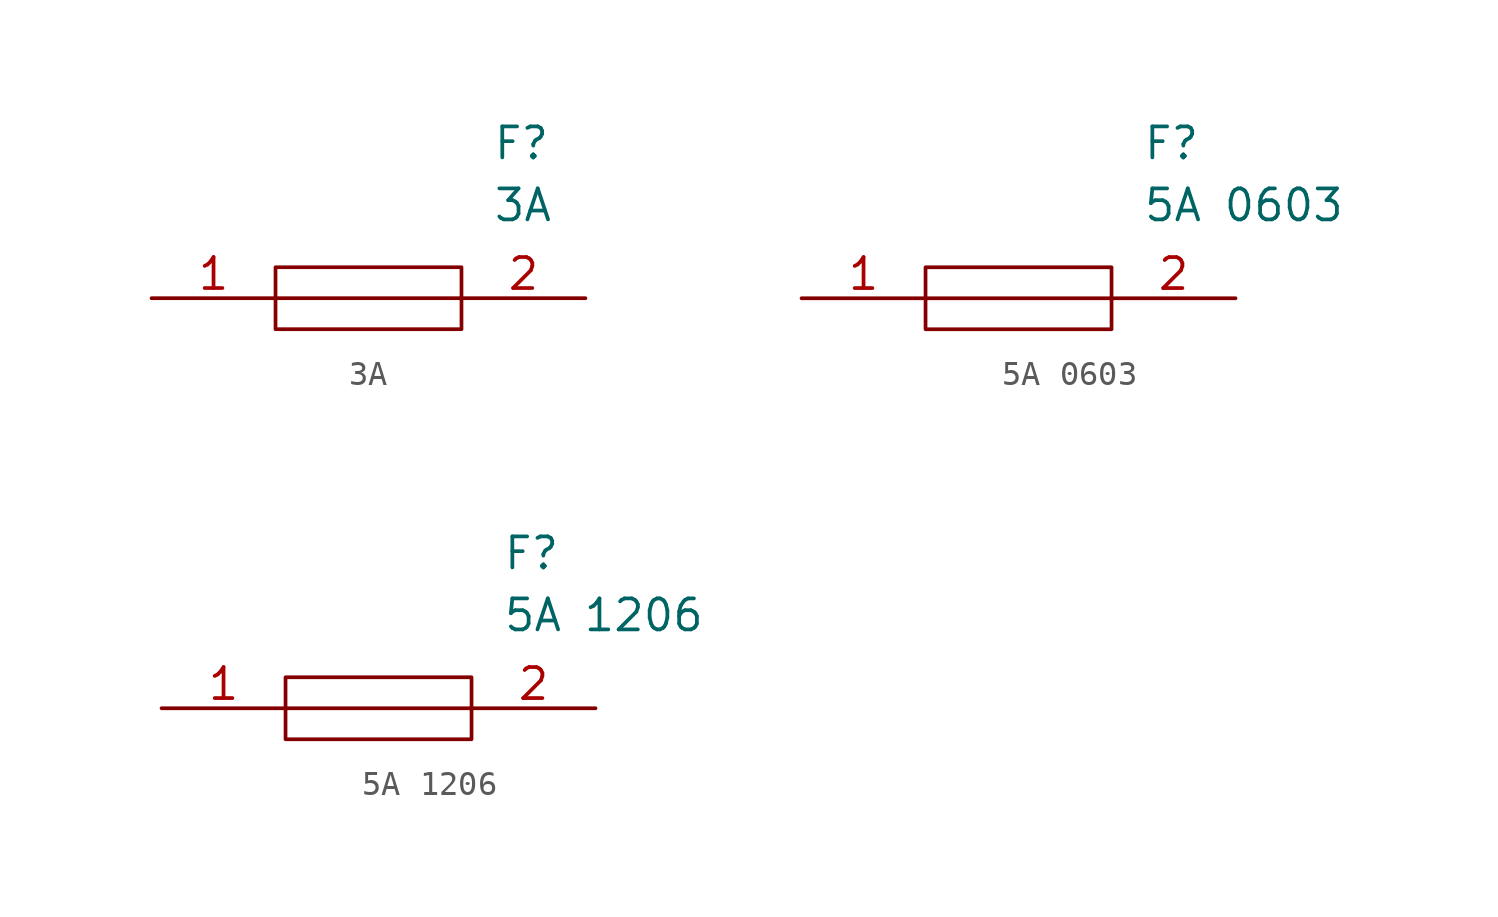
<source format=kicad_sym>
(kicad_symbol_lib
  (version 20211014)
  (generator kicad_symbol_editor)
  (symbol "3A"
    (pin_names
      (offset 0.762))
    (property "Reference" "F"
      (at 13.97 6.35 0)
      (effects (font (size 1.27 1.27)) (justify left)))
    (property "Value" "3A"
      (at 13.97 3.81 0)
      (effects (font (size 1.27 1.27)) (justify left)))
    (symbol "3A_0_0"
      (pin passive line (at 0 0 0) (length 5.08) (name "~" (effects (font (size 1.27 1.27)))) (number "1" (effects (font (size 1.27 1.27)))))
      (pin passive line (at 17.78 0 180) (length 5.08) (name "~" (effects (font (size 1.27 1.27)))) (number "2" (effects (font (size 1.27 1.27))))))
    (symbol "3A_0_1"
      (polyline (pts (xy 5.08 0) (xy 12.7 0)) (stroke (width 0.152) (type default) (color 0 0 0 0)) (fill (type none)))
      (polyline (pts (xy 5.08 1.27) (xy 12.7 1.27) (xy 12.7 -1.27) (xy 5.08 -1.27) (xy 5.08 1.27)) (stroke (width 0.152) (type default) (color 0 0 0 0)) (fill (type none)))))
  (symbol "5A 0603"
    (pin_names
      (offset 0.762))
    (property "Reference" "F"
      (at 13.97 6.35 0)
      (effects (font (size 1.27 1.27)) (justify left)))
    (property "Value" "5A 0603"
      (at 13.97 3.81 0)
      (effects (font (size 1.27 1.27)) (justify left)))
    (symbol "5A 0603_0_0"
      (pin passive line (at 0 0 0) (length 5.08) (name "~" (effects (font (size 1.27 1.27)))) (number "1" (effects (font (size 1.27 1.27)))))
      (pin passive line (at 17.78 0 180) (length 5.08) (name "~" (effects (font (size 1.27 1.27)))) (number "2" (effects (font (size 1.27 1.27))))))
    (symbol "5A 0603_0_1"
      (polyline (pts (xy 5.08 0) (xy 12.7 0)) (stroke (width 0.152) (type default) (color 0 0 0 0)) (fill (type none)))
      (polyline (pts (xy 5.08 1.27) (xy 12.7 1.27) (xy 12.7 -1.27) (xy 5.08 -1.27) (xy 5.08 1.27)) (stroke (width 0.152) (type default) (color 0 0 0 0)) (fill (type none)))))
  (symbol "5A 1206"
    (pin_names
      (offset 0.762))
    (property "Reference" "F"
      (at 13.97 6.35 0)
      (effects (font (size 1.27 1.27)) (justify left)))
    (property "Value" "5A 1206"
      (at 13.97 3.81 0)
      (effects (font (size 1.27 1.27)) (justify left)))
    (symbol "5A 1206_0_0"
      (pin passive line (at 0 0 0) (length 5.08) (name "~" (effects (font (size 1.27 1.27)))) (number "1" (effects (font (size 1.27 1.27)))))
      (pin passive line (at 17.78 0 180) (length 5.08) (name "~" (effects (font (size 1.27 1.27)))) (number "2" (effects (font (size 1.27 1.27))))))
    (symbol "5A 1206_0_1"
      (polyline (pts (xy 5.08 0) (xy 12.7 0)) (stroke (width 0.152) (type default) (color 0 0 0 0)) (fill (type none)))
      (polyline (pts (xy 5.08 1.27) (xy 12.7 1.27) (xy 12.7 -1.27) (xy 5.08 -1.27) (xy 5.08 1.27)) (stroke (width 0.152) (type default) (color 0 0 0 0)) (fill (type none))))))
</source>
